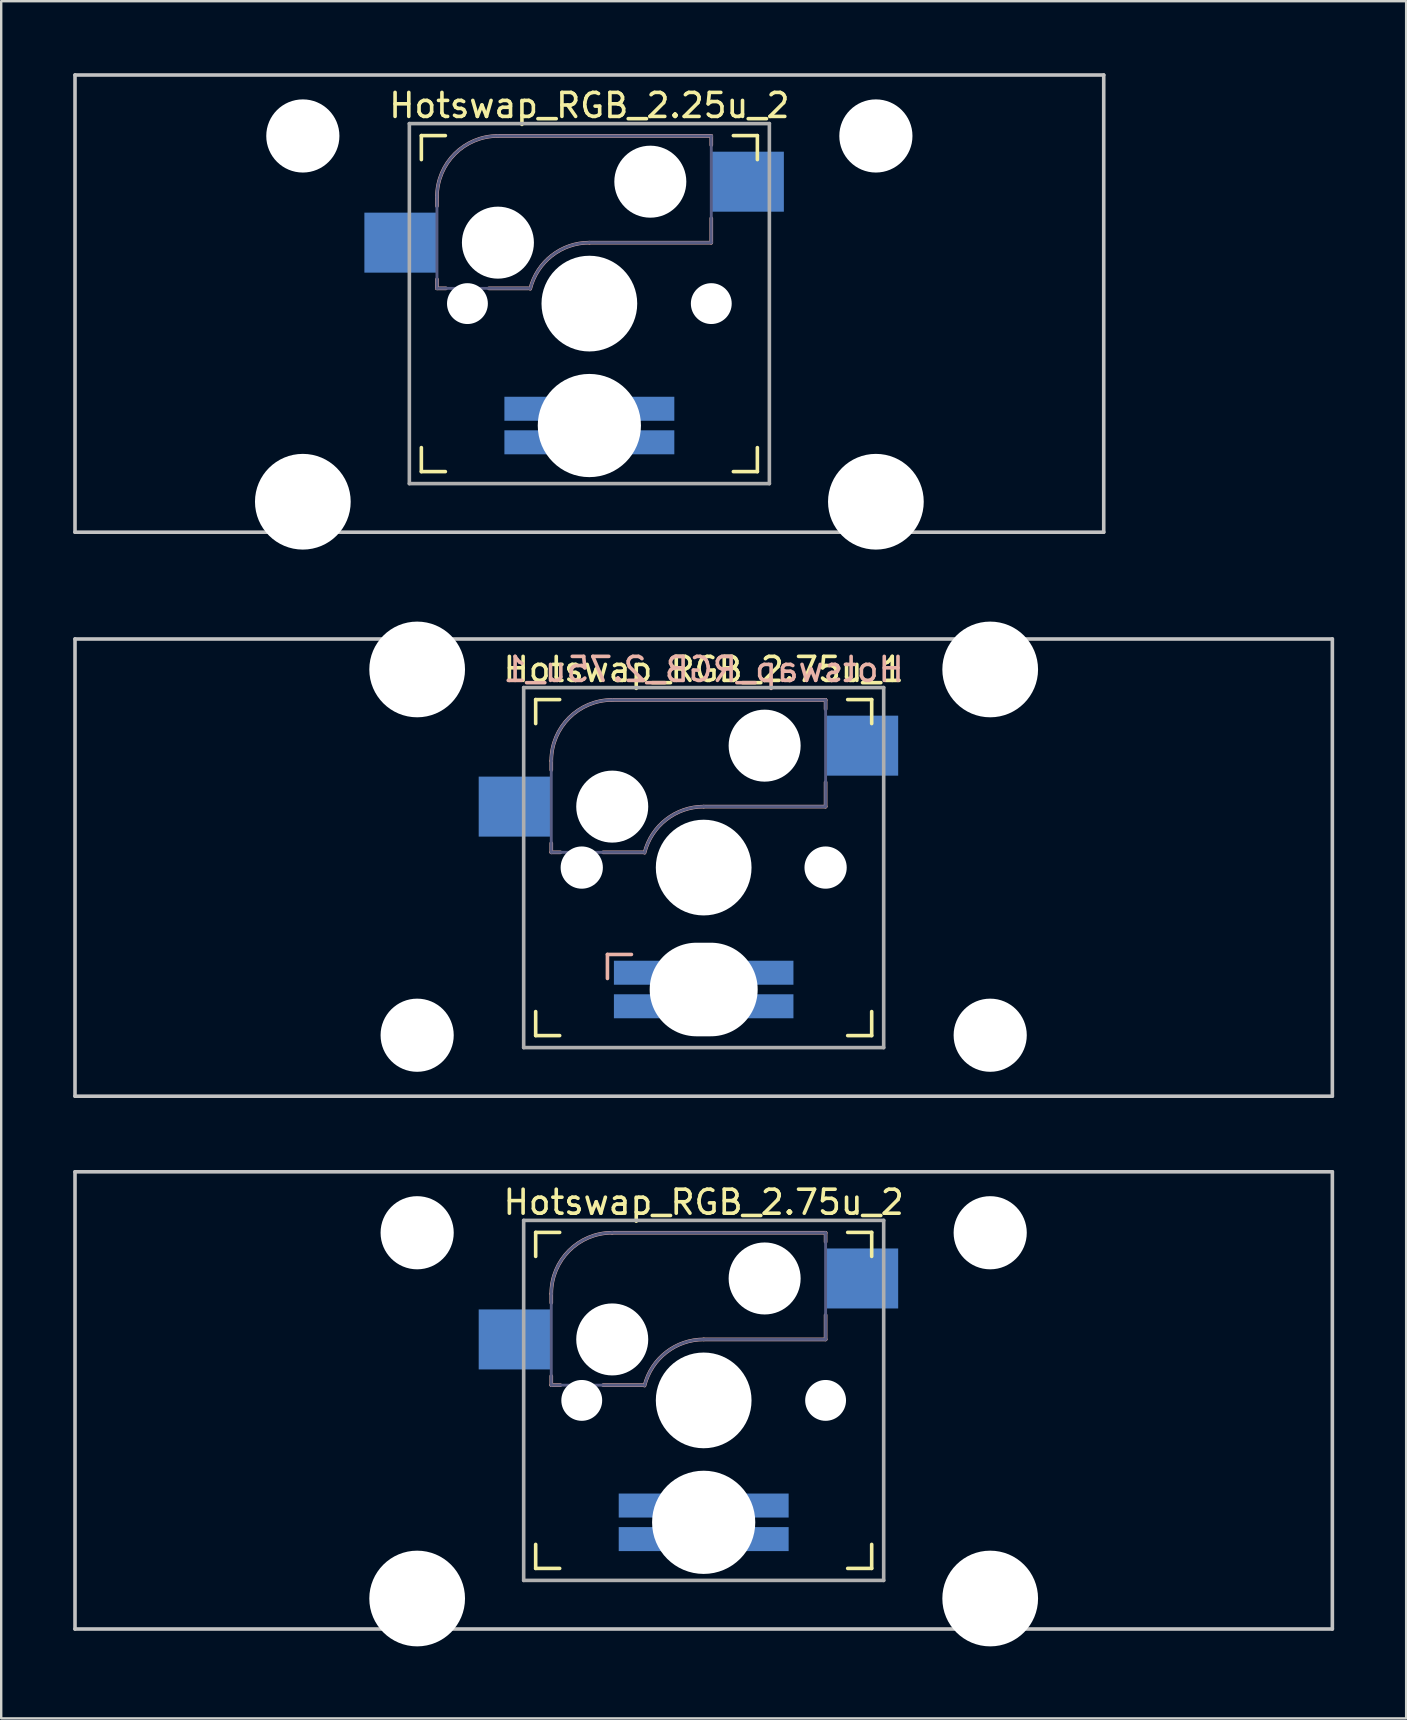
<source format=kicad_pcb>
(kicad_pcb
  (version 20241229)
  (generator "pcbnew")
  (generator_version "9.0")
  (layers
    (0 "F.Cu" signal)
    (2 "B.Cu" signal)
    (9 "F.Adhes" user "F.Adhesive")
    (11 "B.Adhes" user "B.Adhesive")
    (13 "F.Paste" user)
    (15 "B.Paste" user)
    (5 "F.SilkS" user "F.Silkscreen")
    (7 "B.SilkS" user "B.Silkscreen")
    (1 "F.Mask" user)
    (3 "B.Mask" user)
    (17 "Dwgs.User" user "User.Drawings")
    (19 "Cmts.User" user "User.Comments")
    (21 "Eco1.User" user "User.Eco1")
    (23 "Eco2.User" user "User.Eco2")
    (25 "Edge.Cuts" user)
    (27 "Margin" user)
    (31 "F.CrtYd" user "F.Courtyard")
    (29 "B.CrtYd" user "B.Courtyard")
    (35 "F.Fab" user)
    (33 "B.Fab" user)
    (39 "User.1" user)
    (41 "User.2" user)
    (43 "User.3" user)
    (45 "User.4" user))
  (footprint "Hotswap_RGB_2.75u_1"
    (layer "F.Cu")
    (at 26.269 33.098)
    (property "Reference" "Hotswap_RGB_2.75u_1" (at 0 -8.255 0) (layer "F.SilkS") (effects (font (size 1 1) (thickness 0.15))))
    (attr through_hole)
    (fp_line (start -7 -6) (end -7 -7) (stroke (width 0.15) (type solid)) (layer "F.SilkS"))
    (fp_line (start -7 7) (end -7 6) (stroke (width 0.15) (type solid)) (layer "F.SilkS"))
    (fp_line (start -7 7) (end -6 7) (stroke (width 0.15) (type solid)) (layer "F.SilkS"))
    (fp_line (start -6 -7) (end -7 -7) (stroke (width 0.15) (type solid)) (layer "F.SilkS"))
    (fp_line (start 6 7) (end 7 7) (stroke (width 0.15) (type solid)) (layer "F.SilkS"))
    (fp_line (start 7 -7) (end 6 -7) (stroke (width 0.15) (type solid)) (layer "F.SilkS"))
    (fp_line (start 7 -7) (end 7 -6) (stroke (width 0.15) (type solid)) (layer "F.SilkS"))
    (fp_line (start 7 6) (end 7 7) (stroke (width 0.15) (type solid)) (layer "F.SilkS"))
    (fp_line (start -6.35 -4.445) (end -6.35 -4.064) (stroke (width 0.15) (type solid)) (layer "B.SilkS"))
    (fp_line (start -6.35 -1.016) (end -6.35 -0.635) (stroke (width 0.15) (type solid)) (layer "B.SilkS"))
    (fp_line (start -6.35 -0.635) (end -5.969 -0.635) (stroke (width 0.15) (type solid)) (layer "B.SilkS"))
    (fp_line (start -4.191 -0.635) (end -2.54 -0.635) (stroke (width 0.15) (type solid)) (layer "B.SilkS"))
    (fp_line (start -4.01 4.62) (end -4.01 3.619) (stroke (width 0.15) (type solid)) (layer "B.SilkS"))
    (fp_line (start -3.01 3.619) (end -4.01 3.619) (stroke (width 0.15) (type solid)) (layer "B.SilkS"))
    (fp_line (start 0 -2.54) (end 5.08 -2.54) (stroke (width 0.15) (type solid)) (layer "B.SilkS"))
    (fp_line (start 5.08 -6.985) (end -3.81 -6.985) (stroke (width 0.15) (type solid)) (layer "B.SilkS"))
    (fp_line (start 5.08 -6.604) (end 5.08 -6.985) (stroke (width 0.15) (type solid)) (layer "B.SilkS"))
    (fp_line (start 5.08 -2.54) (end 5.08 -3.556) (stroke (width 0.15) (type solid)) (layer "B.SilkS"))
    (fp_arc (start -6.35 -4.445) (mid -5.606051 -6.241051) (end -3.81 -6.985) (stroke (width 0.15) (type solid)) (layer "B.SilkS"))
    (fp_arc (start -2.464162 -0.61604) (mid -1.563147 -2.002042) (end 0 -2.54) (stroke (width 0.15) (type solid)) (layer "B.SilkS"))
    (fp_line (start -26.194 -9.525) (end 26.194 -9.525) (stroke (width 0.15) (type solid)) (layer "Dwgs.User"))
    (fp_line (start -26.194 9.525) (end -26.194 -9.525) (stroke (width 0.15) (type solid)) (layer "Dwgs.User"))
    (fp_line (start 26.194 -9.525) (end 26.194 9.525) (stroke (width 0.15) (type solid)) (layer "Dwgs.User"))
    (fp_line (start 26.194 9.525) (end -26.194 9.525) (stroke (width 0.15) (type solid)) (layer "Dwgs.User"))
    (fp_line (start -13.589 -6.096) (end -13.589 5.334) (stroke (width 0.152) (type solid)) (layer "Eco2.User"))
    (fp_line (start -13.589 5.334) (end -10.287 5.334) (stroke (width 0.152) (type solid)) (layer "Eco2.User"))
    (fp_line (start -10.287 -6.096) (end -13.589 -6.096) (stroke (width 0.152) (type solid)) (layer "Eco2.User"))
    (fp_line (start -10.287 5.334) (end -10.287 -6.096) (stroke (width 0.152) (type solid)) (layer "Eco2.User"))
    (fp_line (start -6.9 6.9) (end -6.9 -6.9) (stroke (width 0.15) (type solid)) (layer "Eco2.User"))
    (fp_line (start -6.9 6.9) (end 6.9 6.9) (stroke (width 0.15) (type solid)) (layer "Eco2.User"))
    (fp_line (start 6.9 -6.9) (end -6.9 -6.9) (stroke (width 0.15) (type solid)) (layer "Eco2.User"))
    (fp_line (start 6.9 -6.9) (end 6.9 6.9) (stroke (width 0.15) (type solid)) (layer "Eco2.User"))
    (fp_line (start 10.287 -6.096) (end 10.287 5.334) (stroke (width 0.152) (type solid)) (layer "Eco2.User"))
    (fp_line (start 10.287 5.334) (end 13.589 5.334) (stroke (width 0.152) (type solid)) (layer "Eco2.User"))
    (fp_line (start 13.589 -6.096) (end 10.287 -6.096) (stroke (width 0.152) (type solid)) (layer "Eco2.User"))
    (fp_line (start 13.589 5.334) (end 13.589 -6.096) (stroke (width 0.152) (type solid)) (layer "Eco2.User"))
    (fp_line (start -6.35 -4.445) (end -6.35 -0.635) (stroke (width 0.12) (type solid)) (layer "B.Fab"))
    (fp_line (start -6.35 -0.635) (end -2.54 -0.635) (stroke (width 0.12) (type solid)) (layer "B.Fab"))
    (fp_line (start 0 -2.54) (end 5.08 -2.54) (stroke (width 0.12) (type solid)) (layer "B.Fab"))
    (fp_line (start 5.08 -6.985) (end -3.81 -6.985) (stroke (width 0.12) (type solid)) (layer "B.Fab"))
    (fp_line (start 5.08 -2.54) (end 5.08 -6.985) (stroke (width 0.12) (type solid)) (layer "B.Fab"))
    (fp_arc (start -6.35 -4.445) (mid -5.606051 -6.241051) (end -3.81 -6.985) (stroke (width 0.12) (type solid)) (layer "B.Fab"))
    (fp_arc (start -2.464162 -0.61604) (mid -1.563147 -2.002042) (end 0 -2.54) (stroke (width 0.12) (type solid)) (layer "B.Fab"))
    (fp_line (start -7.5 -7.5) (end 7.5 -7.5) (stroke (width 0.15) (type solid)) (layer "F.Fab"))
    (fp_line (start -7.5 7.5) (end -7.5 -7.5) (stroke (width 0.15) (type solid)) (layer "F.Fab"))
    (fp_line (start 7.5 -7.5) (end 7.5 7.5) (stroke (width 0.15) (type solid)) (layer "F.Fab"))
    (fp_line (start 7.5 7.5) (end -7.5 7.5) (stroke (width 0.15) (type solid)) (layer "F.Fab"))
    (fp_text user "${REFERENCE}" (at 0 -8.255 0) (layer "B.SilkS") (effects (font (size 1 1) (thickness 0.15)) (justify mirror)))
    (pad "" np_thru_hole circle (at -11.938 -8.255 180) (size 3.988 3.988) (drill 3.988) (layers "*.Cu" "*.Mask"))
    (pad "" np_thru_hole circle (at -11.938 6.985 180) (size 3.048 3.048) (drill 3.048) (layers "*.Cu" "*.Mask"))
    (pad "" np_thru_hole circle (at -5.08 0 180) (size 1.76 1.76) (drill 1.76) (layers "*.Cu" "*.Mask"))
    (pad "" np_thru_hole circle (at -3.81 -2.54 180) (size 3 3) (drill 3) (layers "*.Cu" "*.Mask"))
    (pad "" np_thru_hole circle (at 0 0 180) (size 3.988 3.988) (drill 3.988) (layers "*.Cu" "*.Mask"))
    (pad "" np_thru_hole oval (at 0 5.08 180) (size 4.5 3.9) (drill oval 4.5 3.9) (layers "*.Cu" "*.Mask"))
    (pad "" np_thru_hole circle (at 2.54 -5.08 180) (size 3 3) (drill 3) (layers "*.Cu" "*.Mask"))
    (pad "" np_thru_hole circle (at 5.08 0 180) (size 1.76 1.76) (drill 1.76) (layers "*.Cu" "*.Mask"))
    (pad "" np_thru_hole circle (at 11.938 -8.255 180) (size 3.988 3.988) (drill 3.988) (layers "*.Cu" "*.Mask"))
    (pad "" np_thru_hole circle (at 11.938 6.985 180) (size 3.048 3.048) (drill 3.048) (layers "*.Cu" "*.Mask"))
    (pad "1" smd rect (at -7.874 -2.54 180) (size 3 2.5) (layers "B.Cu" "B.Mask"))
    (pad "2" smd rect (at 6.604 -5.08 180) (size 3 2.5) (layers "B.Cu" "B.Mask"))
    (pad "A" smd rect (at -2.74 4.381 270) (size 1 2) (layers "B.Cu" "B.Mask"))
    (pad "B" smd rect (at -2.74 5.779 270) (size 1 2) (layers "B.Cu" "B.Mask"))
    (pad "G" smd rect (at 2.74 5.779 270) (size 1 2) (layers "B.Cu" "B.Mask"))
    (pad "R" smd rect (at 2.74 4.381 270) (size 1 2) (layers "B.Cu" "B.Mask")))
  (footprint "Hotswap_RGB_2.25u_2"
    (layer "F.Cu")
    (at 21.506 9.6)
    (property "Reference" "Hotswap_RGB_2.25u_2" (at 0 -8.255 0) (layer "F.SilkS") (effects (font (size 1 1) (thickness 0.15))))
    (attr through_hole)
    (fp_line (start -7 -6) (end -7 -7) (stroke (width 0.15) (type solid)) (layer "F.SilkS"))
    (fp_line (start -7 7) (end -7 6) (stroke (width 0.15) (type solid)) (layer "F.SilkS"))
    (fp_line (start -7 7) (end -6 7) (stroke (width 0.15) (type solid)) (layer "F.SilkS"))
    (fp_line (start -6 -7) (end -7 -7) (stroke (width 0.15) (type solid)) (layer "F.SilkS"))
    (fp_line (start 6 7) (end 7 7) (stroke (width 0.15) (type solid)) (layer "F.SilkS"))
    (fp_line (start 7 -7) (end 6 -7) (stroke (width 0.15) (type solid)) (layer "F.SilkS"))
    (fp_line (start 7 -7) (end 7 -6) (stroke (width 0.15) (type solid)) (layer "F.SilkS"))
    (fp_line (start 7 6) (end 7 7) (stroke (width 0.15) (type solid)) (layer "F.SilkS"))
    (fp_line (start -6.35 -4.445) (end -6.35 -4.064) (stroke (width 0.15) (type solid)) (layer "B.SilkS"))
    (fp_line (start -6.35 -1.016) (end -6.35 -0.635) (stroke (width 0.15) (type solid)) (layer "B.SilkS"))
    (fp_line (start -6.35 -0.635) (end -5.969 -0.635) (stroke (width 0.15) (type solid)) (layer "B.SilkS"))
    (fp_line (start -4.191 -0.635) (end -2.54 -0.635) (stroke (width 0.15) (type solid)) (layer "B.SilkS"))
    (fp_line (start 0 -2.54) (end 5.08 -2.54) (stroke (width 0.15) (type solid)) (layer "B.SilkS"))
    (fp_line (start 5.08 -6.985) (end -3.81 -6.985) (stroke (width 0.15) (type solid)) (layer "B.SilkS"))
    (fp_line (start 5.08 -6.604) (end 5.08 -6.985) (stroke (width 0.15) (type solid)) (layer "B.SilkS"))
    (fp_line (start 5.08 -2.54) (end 5.08 -3.556) (stroke (width 0.15) (type solid)) (layer "B.SilkS"))
    (fp_arc (start -6.35 -4.445) (mid -5.606051 -6.241051) (end -3.81 -6.985) (stroke (width 0.15) (type solid)) (layer "B.SilkS"))
    (fp_arc (start -2.464162 -0.61604) (mid -1.563147 -2.002042) (end 0 -2.54) (stroke (width 0.15) (type solid)) (layer "B.SilkS"))
    (fp_line (start -21.431 -9.525) (end 21.431 -9.525) (stroke (width 0.15) (type solid)) (layer "Dwgs.User"))
    (fp_line (start -21.431 9.525) (end -21.431 -9.525) (stroke (width 0.15) (type solid)) (layer "Dwgs.User"))
    (fp_line (start -21.431 9.525) (end 21.431 9.525) (stroke (width 0.15) (type solid)) (layer "Dwgs.User"))
    (fp_line (start 21.431 -9.525) (end 21.431 9.525) (stroke (width 0.15) (type solid)) (layer "Dwgs.User"))
    (fp_line (start -13.589 -5.334) (end -13.589 6.096) (stroke (width 0.152) (type solid)) (layer "Eco2.User"))
    (fp_line (start -13.589 6.096) (end -10.287 6.096) (stroke (width 0.152) (type solid)) (layer "Eco2.User"))
    (fp_line (start -10.287 -5.334) (end -13.589 -5.334) (stroke (width 0.152) (type solid)) (layer "Eco2.User"))
    (fp_line (start -10.287 6.096) (end -10.287 -5.334) (stroke (width 0.152) (type solid)) (layer "Eco2.User"))
    (fp_line (start -6.9 6.9) (end -6.9 -6.9) (stroke (width 0.15) (type solid)) (layer "Eco2.User"))
    (fp_line (start -6.9 6.9) (end 6.9 6.9) (stroke (width 0.15) (type solid)) (layer "Eco2.User"))
    (fp_line (start 6.9 -6.9) (end -6.9 -6.9) (stroke (width 0.15) (type solid)) (layer "Eco2.User"))
    (fp_line (start 6.9 -6.9) (end 6.9 6.9) (stroke (width 0.15) (type solid)) (layer "Eco2.User"))
    (fp_line (start 10.287 -5.334) (end 10.287 6.096) (stroke (width 0.152) (type solid)) (layer "Eco2.User"))
    (fp_line (start 10.287 6.096) (end 13.589 6.096) (stroke (width 0.152) (type solid)) (layer "Eco2.User"))
    (fp_line (start 13.589 -5.334) (end 10.287 -5.334) (stroke (width 0.152) (type solid)) (layer "Eco2.User"))
    (fp_line (start 13.589 6.096) (end 13.589 -5.334) (stroke (width 0.152) (type solid)) (layer "Eco2.User"))
    (fp_line (start -6.35 -4.445) (end -6.35 -0.635) (stroke (width 0.12) (type solid)) (layer "B.Fab"))
    (fp_line (start -6.35 -0.635) (end -2.54 -0.635) (stroke (width 0.12) (type solid)) (layer "B.Fab"))
    (fp_line (start 0 -2.54) (end 5.08 -2.54) (stroke (width 0.12) (type solid)) (layer "B.Fab"))
    (fp_line (start 5.08 -6.985) (end -3.81 -6.985) (stroke (width 0.12) (type solid)) (layer "B.Fab"))
    (fp_line (start 5.08 -2.54) (end 5.08 -6.985) (stroke (width 0.12) (type solid)) (layer "B.Fab"))
    (fp_arc (start -6.35 -4.445) (mid -5.606051 -6.241051) (end -3.81 -6.985) (stroke (width 0.12) (type solid)) (layer "B.Fab"))
    (fp_arc (start -2.464162 -0.61604) (mid -1.563147 -2.002042) (end 0 -2.54) (stroke (width 0.12) (type solid)) (layer "B.Fab"))
    (fp_line (start -7.5 -7.5) (end 7.5 -7.5) (stroke (width 0.15) (type solid)) (layer "F.Fab"))
    (fp_line (start -7.5 7.5) (end -7.5 -7.5) (stroke (width 0.15) (type solid)) (layer "F.Fab"))
    (fp_line (start 7.5 -7.5) (end 7.5 7.5) (stroke (width 0.15) (type solid)) (layer "F.Fab"))
    (fp_line (start 7.5 7.5) (end -7.5 7.5) (stroke (width 0.15) (type solid)) (layer "F.Fab"))
    (pad "" np_thru_hole circle (at -11.938 -6.985) (size 3.048 3.048) (drill 3.048) (layers "*.Cu" "*.Mask"))
    (pad "" np_thru_hole circle (at -11.938 8.255) (size 3.988 3.988) (drill 3.988) (layers "*.Cu" "*.Mask"))
    (pad "" np_thru_hole circle (at -5.08 0 180) (size 1.702 1.702) (drill 1.702) (layers "*.Cu" "*.Mask"))
    (pad "" np_thru_hole circle (at -3.81 -2.54 180) (size 3 3) (drill 3) (layers "*.Cu" "*.Mask"))
    (pad "" np_thru_hole circle (at 0 0 180) (size 3.988 3.988) (drill 3.988) (layers "*.Cu" "*.Mask"))
    (pad "" np_thru_hole circle (at 0 5.08 180) (size 4.3 4.3) (drill 4.3) (layers "*.Cu" "*.Mask"))
    (pad "" np_thru_hole circle (at 2.54 -5.08 180) (size 3 3) (drill 3) (layers "*.Cu" "*.Mask"))
    (pad "" np_thru_hole circle (at 5.08 0 180) (size 1.702 1.702) (drill 1.702) (layers "*.Cu" "*.Mask"))
    (pad "" np_thru_hole circle (at 11.938 -6.985) (size 3.048 3.048) (drill 3.048) (layers "*.Cu" "*.Mask"))
    (pad "" np_thru_hole circle (at 11.938 8.255) (size 3.988 3.988) (drill 3.988) (layers "*.Cu" "*.Mask"))
    (pad "1" smd rect (at -7.874 -2.54 180) (size 3 2.5) (layers "B.Cu" "B.Mask"))
    (pad "2" smd rect (at 6.604 -5.08 180) (size 3 2.5) (layers "B.Cu" "B.Mask"))
    (pad "A" smd rect (at -2.54 4.381 270) (size 1 2) (layers "B.Cu" "B.Mask"))
    (pad "B" smd rect (at -2.54 5.779 270) (size 1 2) (layers "B.Cu" "B.Mask"))
    (pad "G" smd rect (at 2.54 5.779 270) (size 1 2) (layers "B.Cu" "B.Mask"))
    (pad "R" smd rect (at 2.54 4.381 270) (size 1 2) (layers "B.Cu" "B.Mask")))
  (footprint "Hotswap_RGB_2.75u_2"
    (layer "F.Cu")
    (at 26.269 55.298)
    (property "Reference" "Hotswap_RGB_2.75u_2" (at 0 -8.255 0) (layer "F.SilkS") (effects (font (size 1 1) (thickness 0.15))))
    (attr through_hole)
    (fp_line (start -7 -6) (end -7 -7) (stroke (width 0.15) (type solid)) (layer "F.SilkS"))
    (fp_line (start -7 7) (end -7 6) (stroke (width 0.15) (type solid)) (layer "F.SilkS"))
    (fp_line (start -7 7) (end -6 7) (stroke (width 0.15) (type solid)) (layer "F.SilkS"))
    (fp_line (start -6 -7) (end -7 -7) (stroke (width 0.15) (type solid)) (layer "F.SilkS"))
    (fp_line (start 6 7) (end 7 7) (stroke (width 0.15) (type solid)) (layer "F.SilkS"))
    (fp_line (start 7 -7) (end 6 -7) (stroke (width 0.15) (type solid)) (layer "F.SilkS"))
    (fp_line (start 7 -7) (end 7 -6) (stroke (width 0.15) (type solid)) (layer "F.SilkS"))
    (fp_line (start 7 6) (end 7 7) (stroke (width 0.15) (type solid)) (layer "F.SilkS"))
    (fp_line (start -6.35 -4.445) (end -6.35 -4.064) (stroke (width 0.15) (type solid)) (layer "B.SilkS"))
    (fp_line (start -6.35 -1.016) (end -6.35 -0.635) (stroke (width 0.15) (type solid)) (layer "B.SilkS"))
    (fp_line (start -6.35 -0.635) (end -5.969 -0.635) (stroke (width 0.15) (type solid)) (layer "B.SilkS"))
    (fp_line (start -4.191 -0.635) (end -2.54 -0.635) (stroke (width 0.15) (type solid)) (layer "B.SilkS"))
    (fp_line (start 0 -2.54) (end 5.08 -2.54) (stroke (width 0.15) (type solid)) (layer "B.SilkS"))
    (fp_line (start 5.08 -6.985) (end -3.81 -6.985) (stroke (width 0.15) (type solid)) (layer "B.SilkS"))
    (fp_line (start 5.08 -6.604) (end 5.08 -6.985) (stroke (width 0.15) (type solid)) (layer "B.SilkS"))
    (fp_line (start 5.08 -2.54) (end 5.08 -3.556) (stroke (width 0.15) (type solid)) (layer "B.SilkS"))
    (fp_arc (start -6.35 -4.445) (mid -5.606051 -6.241051) (end -3.81 -6.985) (stroke (width 0.15) (type solid)) (layer "B.SilkS"))
    (fp_arc (start -2.464162 -0.61604) (mid -1.563147 -2.002042) (end 0 -2.54) (stroke (width 0.15) (type solid)) (layer "B.SilkS"))
    (fp_line (start -26.194 -9.525) (end 26.194 -9.525) (stroke (width 0.15) (type solid)) (layer "Dwgs.User"))
    (fp_line (start -26.194 9.525) (end -26.194 -9.525) (stroke (width 0.15) (type solid)) (layer "Dwgs.User"))
    (fp_line (start -26.194 9.525) (end 26.194 9.525) (stroke (width 0.15) (type solid)) (layer "Dwgs.User"))
    (fp_line (start 26.194 -9.525) (end 26.194 9.525) (stroke (width 0.15) (type solid)) (layer "Dwgs.User"))
    (fp_line (start -13.589 -5.334) (end -13.589 6.096) (stroke (width 0.152) (type solid)) (layer "Eco2.User"))
    (fp_line (start -13.589 6.096) (end -10.287 6.096) (stroke (width 0.152) (type solid)) (layer "Eco2.User"))
    (fp_line (start -10.287 -5.334) (end -13.589 -5.334) (stroke (width 0.152) (type solid)) (layer "Eco2.User"))
    (fp_line (start -10.287 6.096) (end -10.287 -5.334) (stroke (width 0.152) (type solid)) (layer "Eco2.User"))
    (fp_line (start -6.9 6.9) (end -6.9 -6.9) (stroke (width 0.15) (type solid)) (layer "Eco2.User"))
    (fp_line (start -6.9 6.9) (end 6.9 6.9) (stroke (width 0.15) (type solid)) (layer "Eco2.User"))
    (fp_line (start 6.9 -6.9) (end -6.9 -6.9) (stroke (width 0.15) (type solid)) (layer "Eco2.User"))
    (fp_line (start 6.9 -6.9) (end 6.9 6.9) (stroke (width 0.15) (type solid)) (layer "Eco2.User"))
    (fp_line (start 10.287 -5.334) (end 10.287 6.096) (stroke (width 0.152) (type solid)) (layer "Eco2.User"))
    (fp_line (start 10.287 6.096) (end 13.589 6.096) (stroke (width 0.152) (type solid)) (layer "Eco2.User"))
    (fp_line (start 13.589 -5.334) (end 10.287 -5.334) (stroke (width 0.152) (type solid)) (layer "Eco2.User"))
    (fp_line (start 13.589 6.096) (end 13.589 -5.334) (stroke (width 0.152) (type solid)) (layer "Eco2.User"))
    (fp_line (start -6.35 -4.445) (end -6.35 -0.635) (stroke (width 0.12) (type solid)) (layer "B.Fab"))
    (fp_line (start -6.35 -0.635) (end -2.54 -0.635) (stroke (width 0.12) (type solid)) (layer "B.Fab"))
    (fp_line (start 0 -2.54) (end 5.08 -2.54) (stroke (width 0.12) (type solid)) (layer "B.Fab"))
    (fp_line (start 5.08 -6.985) (end -3.81 -6.985) (stroke (width 0.12) (type solid)) (layer "B.Fab"))
    (fp_line (start 5.08 -2.54) (end 5.08 -6.985) (stroke (width 0.12) (type solid)) (layer "B.Fab"))
    (fp_arc (start -6.35 -4.445) (mid -5.606051 -6.241051) (end -3.81 -6.985) (stroke (width 0.12) (type solid)) (layer "B.Fab"))
    (fp_arc (start -2.464162 -0.61604) (mid -1.563147 -2.002042) (end 0 -2.54) (stroke (width 0.12) (type solid)) (layer "B.Fab"))
    (fp_line (start -7.5 -7.5) (end 7.5 -7.5) (stroke (width 0.15) (type solid)) (layer "F.Fab"))
    (fp_line (start -7.5 7.5) (end -7.5 -7.5) (stroke (width 0.15) (type solid)) (layer "F.Fab"))
    (fp_line (start 7.5 -7.5) (end 7.5 7.5) (stroke (width 0.15) (type solid)) (layer "F.Fab"))
    (fp_line (start 7.5 7.5) (end -7.5 7.5) (stroke (width 0.15) (type solid)) (layer "F.Fab"))
    (pad "" np_thru_hole circle (at -11.938 -6.985) (size 3.048 3.048) (drill 3.048) (layers "*.Cu" "*.Mask"))
    (pad "" np_thru_hole circle (at -11.938 8.255) (size 3.988 3.988) (drill 3.988) (layers "*.Cu" "*.Mask"))
    (pad "" np_thru_hole circle (at -5.08 0 180) (size 1.702 1.702) (drill 1.702) (layers "*.Cu" "*.Mask"))
    (pad "" np_thru_hole circle (at -3.81 -2.54 180) (size 3 3) (drill 3) (layers "*.Cu" "*.Mask"))
    (pad "" np_thru_hole circle (at 0 0 180) (size 3.988 3.988) (drill 3.988) (layers "*.Cu" "*.Mask"))
    (pad "" np_thru_hole circle (at 0 5.08 180) (size 4.3 4.3) (drill 4.3) (layers "*.Cu" "*.Mask"))
    (pad "" np_thru_hole circle (at 2.54 -5.08 180) (size 3 3) (drill 3) (layers "*.Cu" "*.Mask"))
    (pad "" np_thru_hole circle (at 5.08 0 180) (size 1.702 1.702) (drill 1.702) (layers "*.Cu" "*.Mask"))
    (pad "" np_thru_hole circle (at 11.938 -6.985) (size 3.048 3.048) (drill 3.048) (layers "*.Cu" "*.Mask"))
    (pad "" np_thru_hole circle (at 11.938 8.255) (size 3.988 3.988) (drill 3.988) (layers "*.Cu" "*.Mask"))
    (pad "1" smd rect (at -7.874 -2.54 180) (size 3 2.5) (layers "B.Cu" "B.Mask"))
    (pad "2" smd rect (at 6.604 -5.08 180) (size 3 2.5) (layers "B.Cu" "B.Mask"))
    (pad "A" smd rect (at -2.54 4.381 270) (size 1 2) (layers "B.Cu" "B.Mask"))
    (pad "B" smd rect (at -2.54 5.779 270) (size 1 2) (layers "B.Cu" "B.Mask"))
    (pad "G" smd rect (at 2.54 5.779 270) (size 1 2) (layers "B.Cu" "B.Mask"))
    (pad "R" smd rect (at 2.54 4.381 270) (size 1 2) (layers "B.Cu" "B.Mask")))
  (gr_rect
    (start -3 -3)
    (end 55.538 68.547)
    (stroke (width 0.1) (type default))
    (fill no)
    (layer "Edge.Cuts")))
</source>
